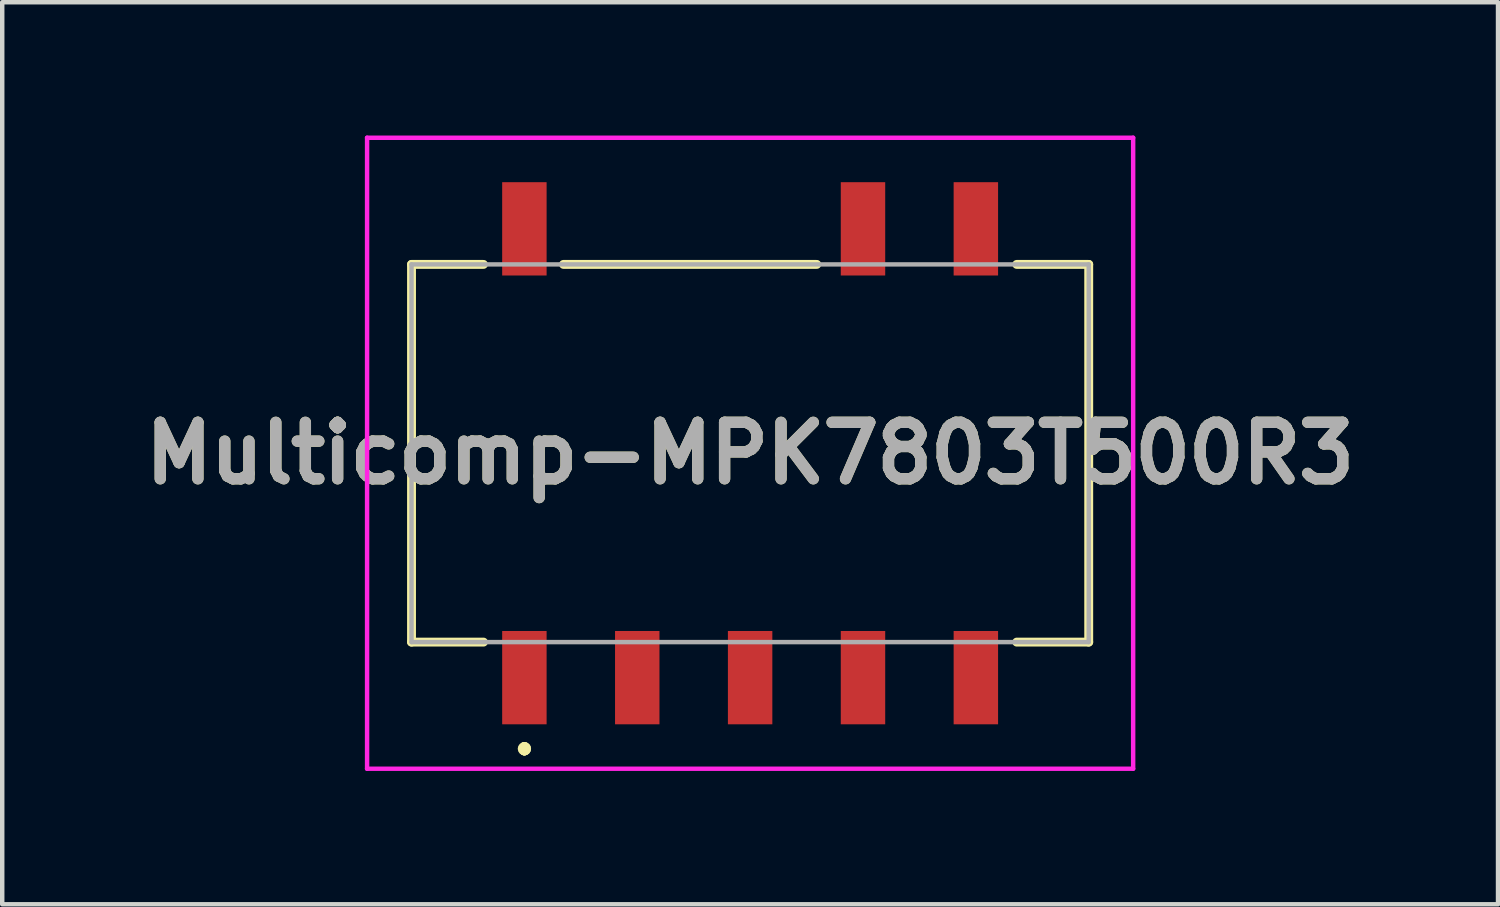
<source format=kicad_pcb>
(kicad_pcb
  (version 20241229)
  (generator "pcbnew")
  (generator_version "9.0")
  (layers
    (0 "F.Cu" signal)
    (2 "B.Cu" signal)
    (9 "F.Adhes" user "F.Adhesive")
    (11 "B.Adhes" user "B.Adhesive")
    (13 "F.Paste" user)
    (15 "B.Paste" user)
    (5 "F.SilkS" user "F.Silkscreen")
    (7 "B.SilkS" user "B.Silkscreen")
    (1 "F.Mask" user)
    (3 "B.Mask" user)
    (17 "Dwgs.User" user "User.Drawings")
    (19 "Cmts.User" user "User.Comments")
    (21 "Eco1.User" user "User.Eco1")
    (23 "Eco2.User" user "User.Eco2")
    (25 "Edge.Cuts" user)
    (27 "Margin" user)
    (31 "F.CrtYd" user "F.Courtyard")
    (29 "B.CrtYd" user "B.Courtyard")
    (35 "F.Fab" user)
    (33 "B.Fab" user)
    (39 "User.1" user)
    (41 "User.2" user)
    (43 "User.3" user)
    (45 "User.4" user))
  (footprint "Multicomp-MPK7803T500R3"
    (layer "F.Cu")
    (at 13.831 7.15)
    (property "Reference" "Multicomp-MPK7803T500R3" (at 0 0 0) (layer "F.SilkS") (effects (font (size 1.27 1.27) (thickness 0.254))))
    (attr smd)
    (fp_line (start -7.62 -4.25) (end -7.62 4.25) (stroke (width 0.2) (type solid)) (layer "F.SilkS"))
    (fp_line (start -7.62 4.25) (end -6 4.25) (stroke (width 0.2) (type solid)) (layer "F.SilkS"))
    (fp_line (start -6 -4.25) (end -7.62 -4.25) (stroke (width 0.2) (type solid)) (layer "F.SilkS"))
    (fp_line (start -5.08 6.6) (end -5.08 6.6) (stroke (width 0.2) (type solid)) (layer "F.SilkS"))
    (fp_line (start -5.08 6.7) (end -5.08 6.7) (stroke (width 0.2) (type solid)) (layer "F.SilkS"))
    (fp_line (start -5.08 6.7) (end -5.08 6.7) (stroke (width 0.2) (type solid)) (layer "F.SilkS"))
    (fp_line (start 1.5 -4.25) (end -4.2 -4.25) (stroke (width 0.2) (type solid)) (layer "F.SilkS"))
    (fp_line (start 6 4.25) (end 7.62 4.25) (stroke (width 0.2) (type solid)) (layer "F.SilkS"))
    (fp_line (start 7.62 -4.25) (end 6 -4.25) (stroke (width 0.2) (type solid)) (layer "F.SilkS"))
    (fp_line (start 7.62 4.25) (end 7.62 -4.25) (stroke (width 0.2) (type solid)) (layer "F.SilkS"))
    (fp_arc (start -5.08 6.6) (mid -5.03 6.65) (end -5.08 6.7) (stroke (width 0.2) (type solid)) (layer "F.SilkS"))
    (fp_arc (start -5.08 6.6) (mid -5.03 6.65) (end -5.08 6.7) (stroke (width 0.2) (type solid)) (layer "F.SilkS"))
    (fp_arc (start -5.08 6.7) (mid -5.13 6.65) (end -5.08 6.6) (stroke (width 0.2) (type solid)) (layer "F.SilkS"))
    (fp_line (start -8.62 -7.1) (end 8.62 -7.1) (stroke (width 0.1) (type solid)) (layer "F.CrtYd"))
    (fp_line (start -8.62 7.1) (end -8.62 -7.1) (stroke (width 0.1) (type solid)) (layer "F.CrtYd"))
    (fp_line (start 8.62 -7.1) (end 8.62 7.1) (stroke (width 0.1) (type solid)) (layer "F.CrtYd"))
    (fp_line (start 8.62 7.1) (end -8.62 7.1) (stroke (width 0.1) (type solid)) (layer "F.CrtYd"))
    (fp_line (start -7.62 -4.25) (end -7.62 4.25) (stroke (width 0.1) (type solid)) (layer "F.Fab"))
    (fp_line (start -7.62 4.25) (end 7.62 4.25) (stroke (width 0.1) (type solid)) (layer "F.Fab"))
    (fp_line (start 7.62 -4.25) (end -7.62 -4.25) (stroke (width 0.1) (type solid)) (layer "F.Fab"))
    (fp_line (start 7.62 4.25) (end 7.62 -4.25) (stroke (width 0.1) (type solid)) (layer "F.Fab"))
    (fp_text user "${REFERENCE}" (at 0 0 0) (layer "F.Fab") (effects (font (size 1.27 1.27) (thickness 0.254))))
    (pad "1" smd rect (at -5.08 5.05) (size 1 2.1) (layers "F.Cu" "F.Mask" "F.Paste"))
    (pad "2" smd rect (at -2.54 5.05) (size 1 2.1) (layers "F.Cu" "F.Mask" "F.Paste"))
    (pad "3" smd rect (at 0 5.05) (size 1 2.1) (layers "F.Cu" "F.Mask" "F.Paste"))
    (pad "4" smd rect (at 2.54 5.05) (size 1 2.1) (layers "F.Cu" "F.Mask" "F.Paste"))
    (pad "5" smd rect (at 5.08 5.05) (size 1 2.1) (layers "F.Cu" "F.Mask" "F.Paste"))
    (pad "6" smd rect (at 5.08 -5.05) (size 1 2.1) (layers "F.Cu" "F.Mask" "F.Paste"))
    (pad "7" smd rect (at 2.54 -5.05) (size 1 2.1) (layers "F.Cu" "F.Mask" "F.Paste"))
    (pad "10" smd rect (at -5.08 -5.05) (size 1 2.1) (layers "F.Cu" "F.Mask" "F.Paste")))
  (gr_rect
    (start -3 -3)
    (end 30.662 17.3)
    (stroke (width 0.1) (type default))
    (fill no)
    (layer "Edge.Cuts")))
</source>
